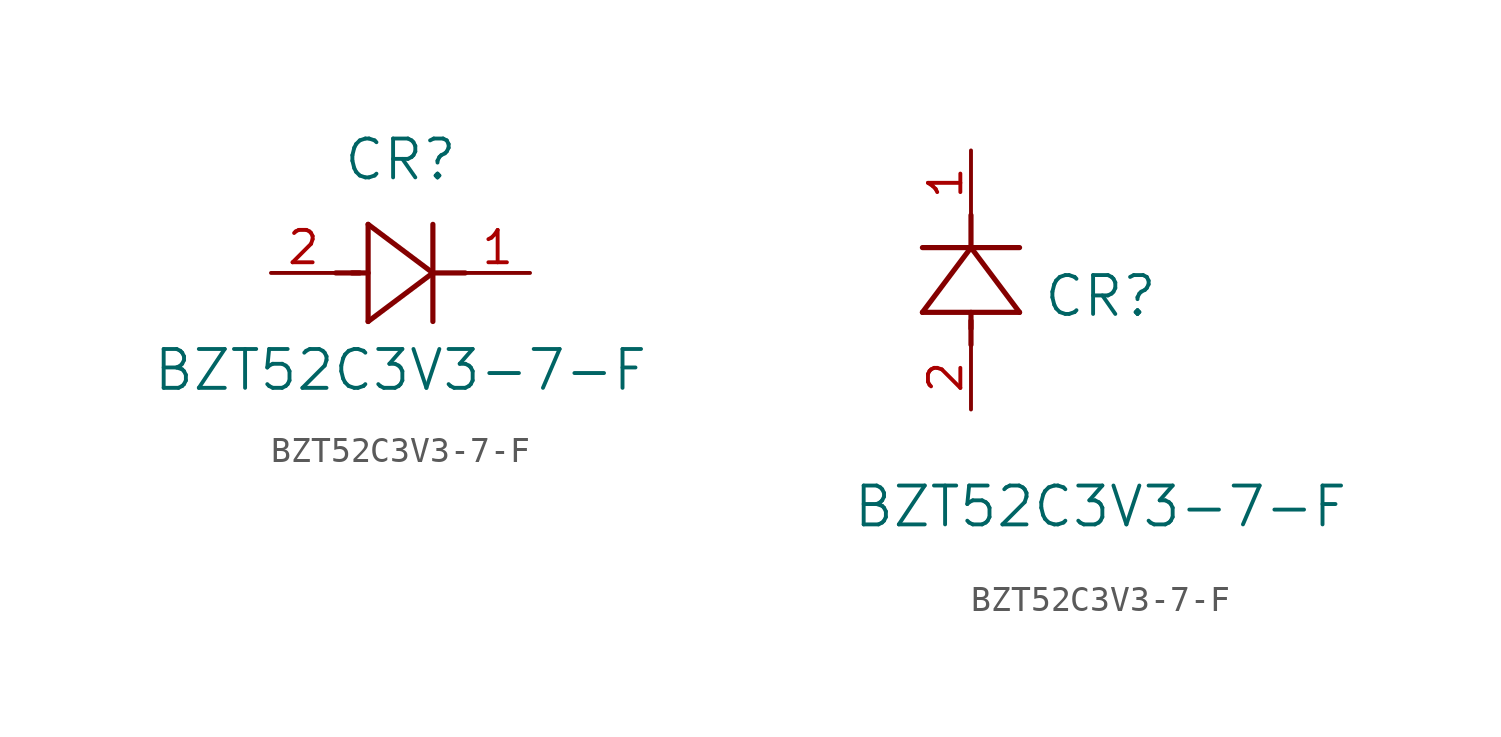
<source format=kicad_sym>
(kicad_symbol_lib
  (version 20211014)
  (generator kicad_symbol_editor)
  (symbol "BZT52C3V3-7-F"
    (pin_names
      (offset 0.254))
    (property "Reference" "CR"
      (at 5.08 4.445 0)
      (effects (font (size 1.524 1.524))))
    (property "Value" "BZT52C3V3-7-F"
      (at 5.08 -3.81 0)
      (effects (font (size 1.524 1.524))))
    (symbol "BZT52C3V3-7-F_1_1"
      (polyline (pts (xy 2.54 0) (xy 3.48 0)) (stroke (width 0.203) (type default) (color 0 0 0 0)) (fill (type none)))
      (polyline (pts (xy 3.81 1.905) (xy 3.81 -1.905)) (stroke (width 0.203) (type default) (color 0 0 0 0)) (fill (type none)))
      (polyline (pts (xy 3.175 0) (xy 3.81 0)) (stroke (width 0.203) (type default) (color 0 0 0 0)) (fill (type none)))
      (polyline (pts (xy 6.35 -1.905) (xy 6.35 1.905)) (stroke (width 0.203) (type default) (color 0 0 0 0)) (fill (type none)))
      (polyline (pts (xy 6.35 0) (xy 7.62 0)) (stroke (width 0.203) (type default) (color 0 0 0 0)) (fill (type none)))
      (polyline (pts (xy 6.35 0) (xy 3.81 1.905)) (stroke (width 0.203) (type default) (color 0 0 0 0)) (fill (type none)))
      (polyline (pts (xy 3.81 -1.905) (xy 6.35 0)) (stroke (width 0.203) (type default) (color 0 0 0 0)) (fill (type none)))
      (pin unspecified line (at 0 0 0) (length 2.54) (name "" (effects (font (size 1.27 1.27)))) (number "2" (effects (font (size 1.27 1.27)))))
      (pin unspecified line (at 10.16 0 180) (length 2.54) (name "" (effects (font (size 1.27 1.27)))) (number "1" (effects (font (size 1.27 1.27))))))
    (symbol "BZT52C3V3-7-F_1_2"
      (polyline (pts (xy 0 2.54) (xy 0 3.48)) (stroke (width 0.203) (type default) (color 0 0 0 0)) (fill (type none)))
      (polyline (pts (xy -1.905 3.81) (xy 1.905 3.81)) (stroke (width 0.203) (type default) (color 0 0 0 0)) (fill (type none)))
      (polyline (pts (xy 0 3.175) (xy 0 3.81)) (stroke (width 0.203) (type default) (color 0 0 0 0)) (fill (type none)))
      (polyline (pts (xy 1.905 6.35) (xy -1.905 6.35)) (stroke (width 0.203) (type default) (color 0 0 0 0)) (fill (type none)))
      (polyline (pts (xy 0 6.35) (xy 0 7.62)) (stroke (width 0.203) (type default) (color 0 0 0 0)) (fill (type none)))
      (polyline (pts (xy 0 6.35) (xy -1.905 3.81)) (stroke (width 0.203) (type default) (color 0 0 0 0)) (fill (type none)))
      (polyline (pts (xy 1.905 3.81) (xy 0 6.35)) (stroke (width 0.203) (type default) (color 0 0 0 0)) (fill (type none)))
      (pin unspecified line (at 0 0 90) (length 2.54) (name "" (effects (font (size 1.27 1.27)))) (number "2" (effects (font (size 1.27 1.27)))))
      (pin unspecified line (at 0 10.16 270) (length 2.54) (name "" (effects (font (size 1.27 1.27)))) (number "1" (effects (font (size 1.27 1.27))))))))
</source>
